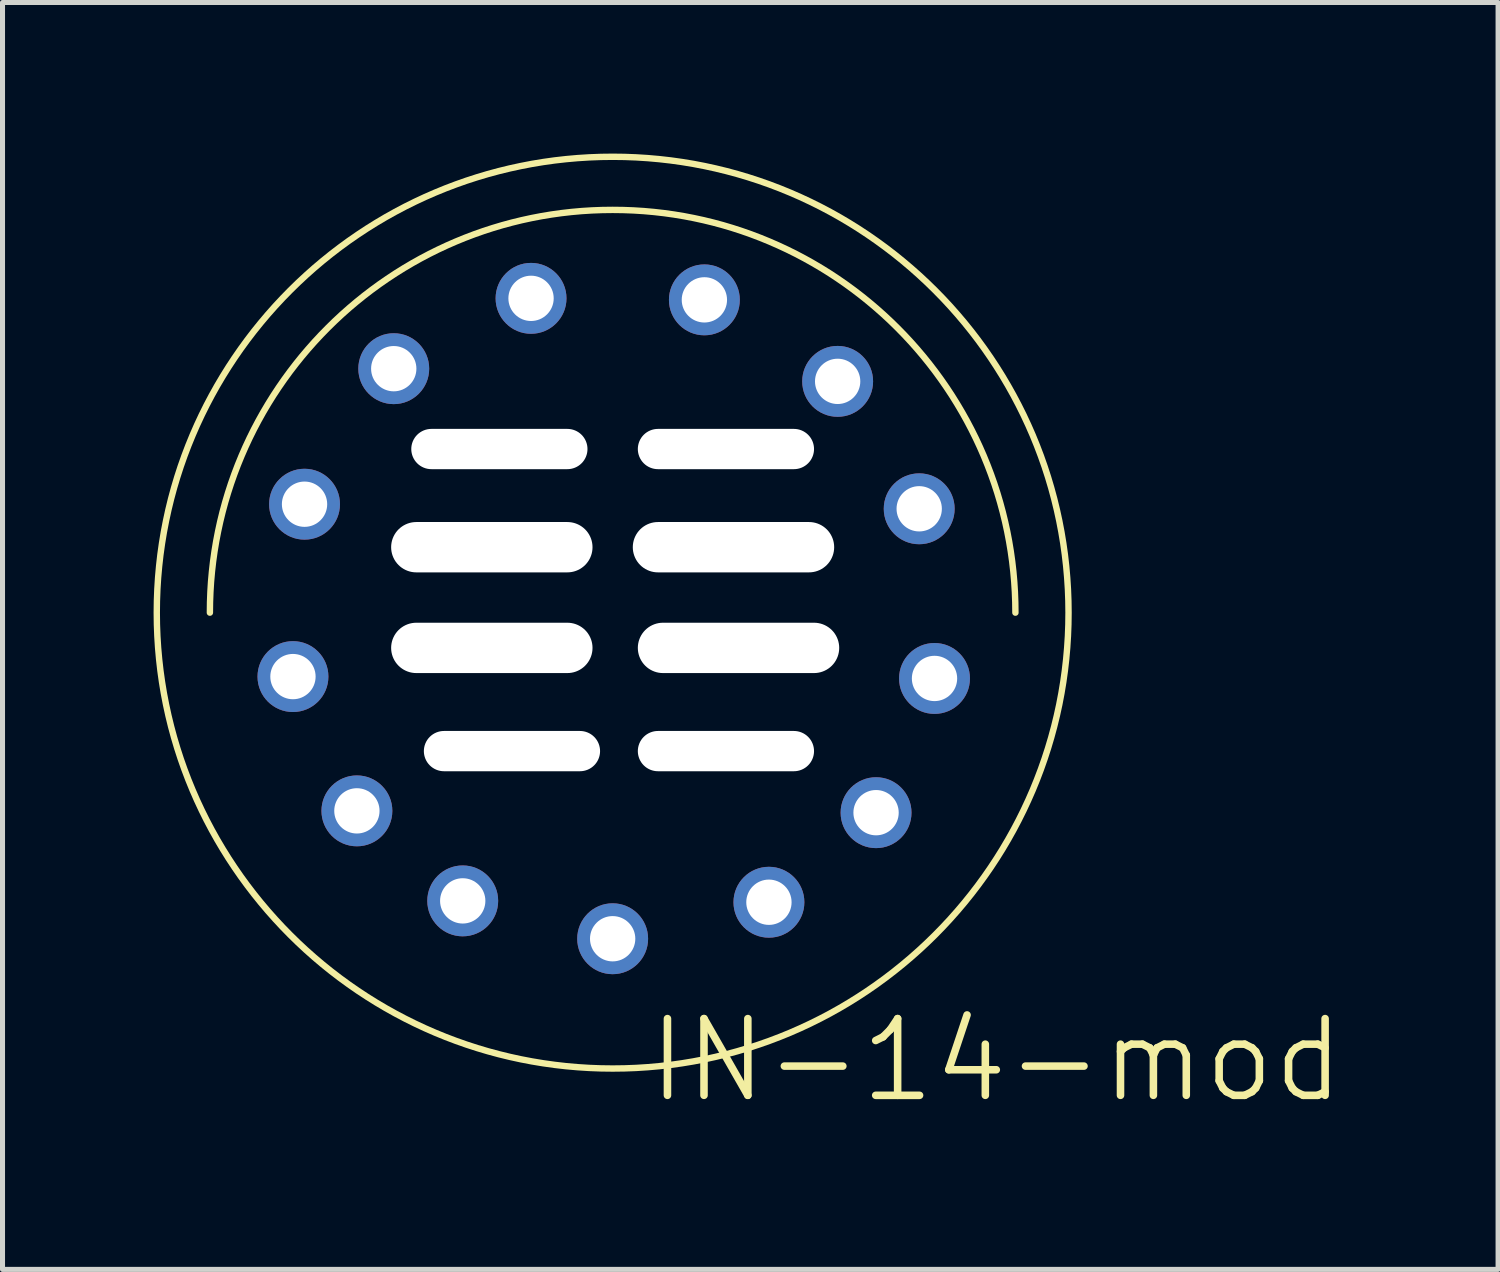
<source format=kicad_pcb>
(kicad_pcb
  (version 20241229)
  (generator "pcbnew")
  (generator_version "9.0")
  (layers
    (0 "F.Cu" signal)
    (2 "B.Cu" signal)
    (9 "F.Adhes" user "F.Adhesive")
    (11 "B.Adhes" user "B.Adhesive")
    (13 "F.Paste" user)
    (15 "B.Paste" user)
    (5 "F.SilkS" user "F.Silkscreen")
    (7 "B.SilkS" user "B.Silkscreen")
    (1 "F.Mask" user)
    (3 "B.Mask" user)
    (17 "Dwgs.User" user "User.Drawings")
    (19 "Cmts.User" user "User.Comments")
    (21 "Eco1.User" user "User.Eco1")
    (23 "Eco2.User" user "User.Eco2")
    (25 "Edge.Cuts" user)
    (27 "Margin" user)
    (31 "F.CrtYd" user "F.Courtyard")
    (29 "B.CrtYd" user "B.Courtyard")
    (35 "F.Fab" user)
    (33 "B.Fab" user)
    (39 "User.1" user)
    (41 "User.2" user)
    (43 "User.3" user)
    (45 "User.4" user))
  (footprint "IN-14-mod"
    (layer "F.Cu")
    (at 9.119 9.119)
    (property "Reference" "IN-14-mod" (at 7.62 8.89 0) (layer "F.SilkS") (effects (font (size 1.524 1.524) (thickness 0.15))))
    (attr through_hole)
    (fp_arc (start -8 0) (mid 0 -8) (end 8 0) (stroke (width 0.127) (type solid)) (layer "F.SilkS"))
    (fp_circle (center 0 0) (end 9.055 0) (stroke (width 0.127) (type solid)) (fill no) (layer "F.SilkS"))
    (pad "" np_thru_hole oval (at -2.4 -1.3) (size 4 1) (drill oval 4 1) (layers "*.Cu" "*.Mask"))
    (pad "" np_thru_hole oval (at -2.4 0.7) (size 4 1) (drill oval 4 1) (layers "*.Cu" "*.Mask"))
    (pad "" np_thru_hole oval (at -2.25 -3.25) (size 3.5 0.8) (drill oval 3.5 0.8) (layers "*.Cu" "*.Mask"))
    (pad "" np_thru_hole oval (at -2 2.75) (size 3.5 0.8) (drill oval 3.5 0.8) (layers "*.Cu" "*.Mask"))
    (pad "" np_thru_hole oval (at 2.25 -3.25) (size 3.5 0.8) (drill oval 3.5 0.8) (layers "*.Cu" "*.Mask"))
    (pad "" np_thru_hole oval (at 2.25 2.75) (size 3.5 0.8) (drill oval 3.5 0.8) (layers "*.Cu" "*.Mask"))
    (pad "" np_thru_hole oval (at 2.4 -1.3) (size 4 1) (drill oval 4 1) (layers "*.Cu" "*.Mask"))
    (pad "" np_thru_hole oval (at 2.5 0.7) (size 4 1) (drill oval 4 1) (layers "*.Cu" "*.Mask"))
    (pad "1" thru_hole circle (at 0 6.477) (size 1.408 1.408) (drill 0.9) (layers "*.Cu" "*.Mask"))
    (pad "2" thru_hole circle (at 3.104 5.752) (size 1.408 1.408) (drill 0.9) (layers "*.Cu" "*.Mask"))
    (pad "3" thru_hole circle (at 5.232 3.973) (size 1.408 1.408) (drill 0.9) (layers "*.Cu" "*.Mask"))
    (pad "4" thru_hole circle (at 6.393 1.307) (size 1.408 1.408) (drill 0.9) (layers "*.Cu" "*.Mask"))
    (pad "5" thru_hole circle (at 6.089 -2.063) (size 1.408 1.408) (drill 0.9) (layers "*.Cu" "*.Mask"))
    (pad "6" thru_hole circle (at 4.469 -4.594) (size 1.408 1.408) (drill 0.9) (layers "*.Cu" "*.Mask"))
    (pad "7" thru_hole circle (at 1.822 -6.213 180) (size 1.408 1.408) (drill 0.9) (layers "*.Cu" "*.Mask"))
    (pad "8" thru_hole circle (at -1.621 -6.243 180) (size 1.408 1.408) (drill 0.9) (layers "*.Cu" "*.Mask"))
    (pad "9" thru_hole circle (at -4.348 -4.846) (size 1.408 1.408) (drill 0.9) (layers "*.Cu" "*.Mask"))
    (pad "10" thru_hole circle (at -6.12 -2.154) (size 1.408 1.408) (drill 0.9) (layers "*.Cu" "*.Mask"))
    (pad "11" thru_hole circle (at -6.35 1.27) (size 1.408 1.408) (drill 0.9) (layers "*.Cu" "*.Mask"))
    (pad "12" thru_hole circle (at -5.08 3.937) (size 1.408 1.408) (drill 0.9) (layers "*.Cu" "*.Mask"))
    (pad "13" thru_hole circle (at -2.978 5.725) (size 1.408 1.408) (drill 0.9) (layers "*.Cu" "*.Mask")))
  (gr_rect
    (start -3 -3)
    (end 26.706 22.164)
    (stroke (width 0.1) (type default))
    (fill no)
    (layer "Edge.Cuts")))
</source>
